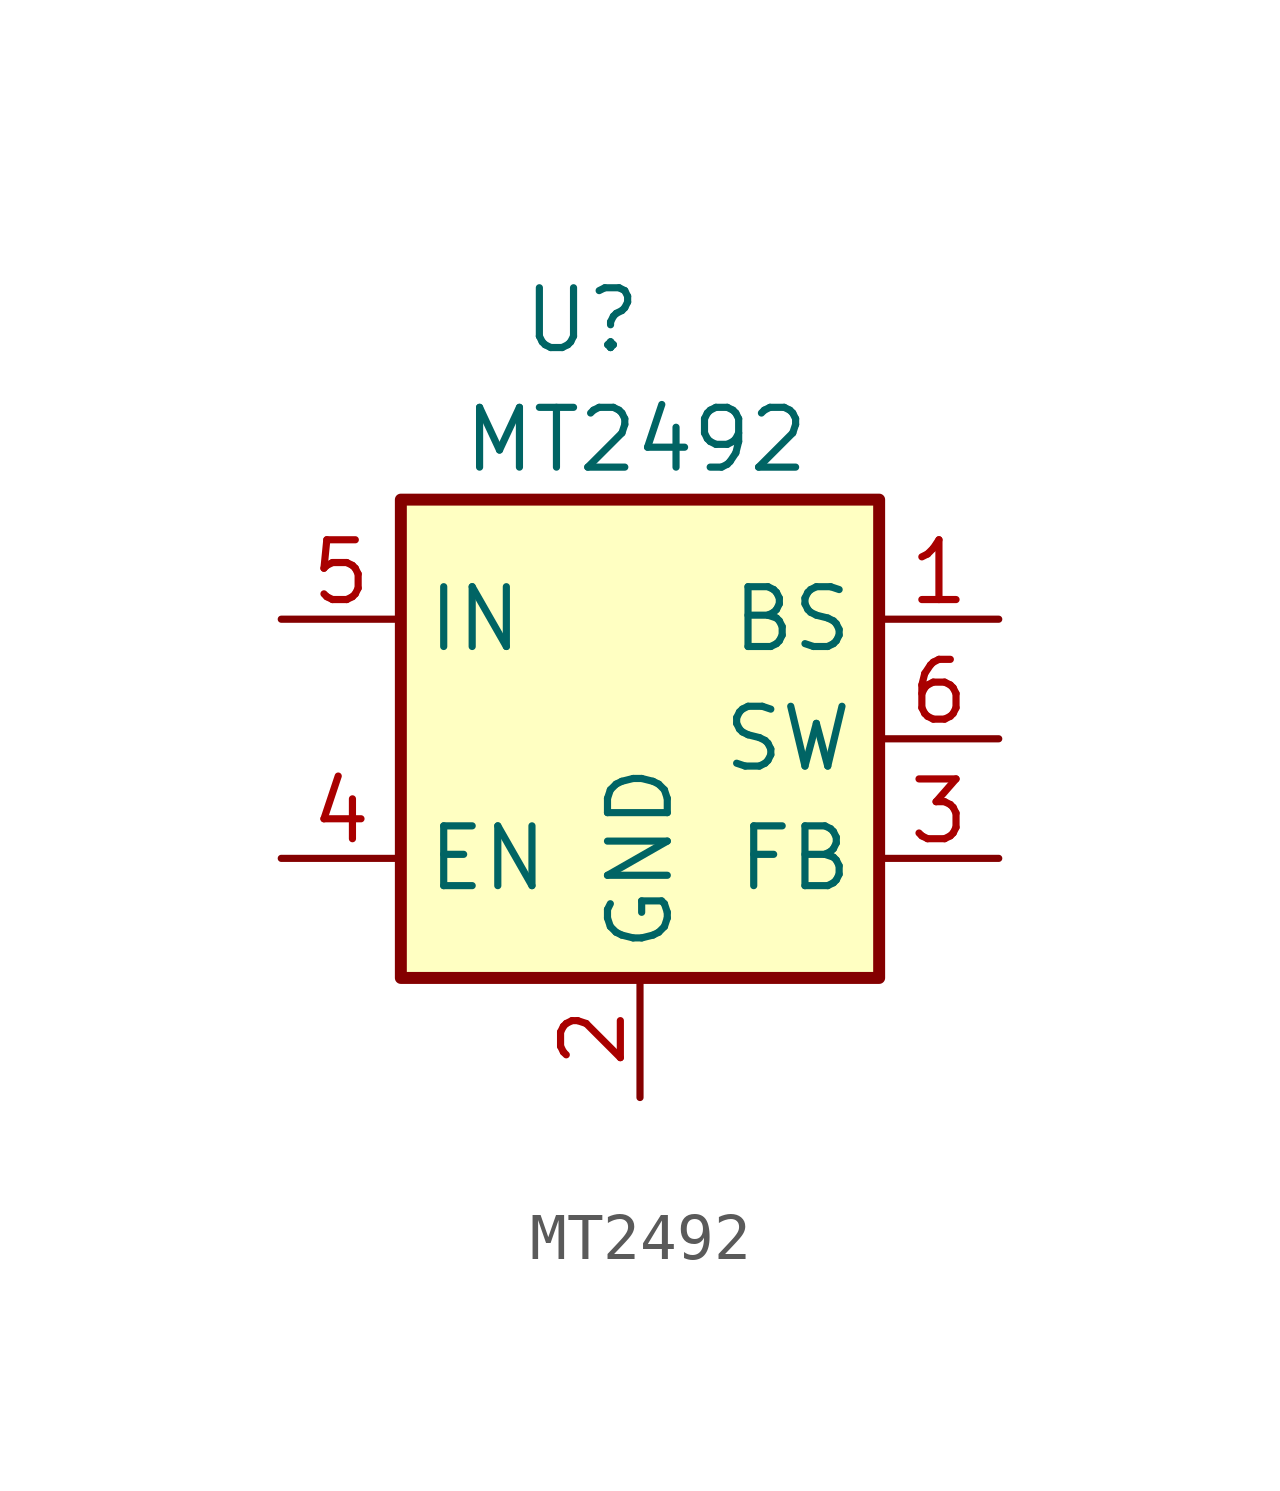
<source format=kicad_sym>
(kicad_symbol_lib
  (version 20200126)
  (host kicad_symbol_editor "5.99.0-unknown-9f20c61~102~ubuntu18.04.1")
  (symbol "melty1:MT2492"
    (pin_names
      (offset 0.508))
    (property "Reference" "U"
      (at -2.54 8.89 0)
      (effects (font (size 1.27 1.27)) (justify left)))
    (property "Value" "MT2492"
      (at -3.81 6.35 0)
      (effects (font (size 1.27 1.27)) (justify left)))
    (symbol "MT2492_0_1"
      (rectangle (start -5.08 5.08) (end 5.08 -5.08) (stroke (width 0.254)) (fill (type background))))
    (symbol "MT2492_1_1"
      (pin passive line (at 7.62 2.54 180) (length 2.54) (name "BS" (effects (font (size 1.27 1.27)))) (number "1" (effects (font (size 1.27 1.27)))))
      (pin power_in line (at 0 -7.62 90) (length 2.54) (name "GND" (effects (font (size 1.27 1.27)))) (number "2" (effects (font (size 1.27 1.27)))))
      (pin input line (at 7.62 -2.54 180) (length 2.54) (name "FB" (effects (font (size 1.27 1.27)))) (number "3" (effects (font (size 1.27 1.27)))))
      (pin input line (at -7.62 -2.54 0) (length 2.54) (name "EN" (effects (font (size 1.27 1.27)))) (number "4" (effects (font (size 1.27 1.27)))))
      (pin power_in line (at -7.62 2.54 0) (length 2.54) (name "IN" (effects (font (size 1.27 1.27)))) (number "5" (effects (font (size 1.27 1.27)))))
      (pin power_out line (at 7.62 0 180) (length 2.54) (name "SW" (effects (font (size 1.27 1.27)))) (number "6" (effects (font (size 1.27 1.27))))))))
</source>
